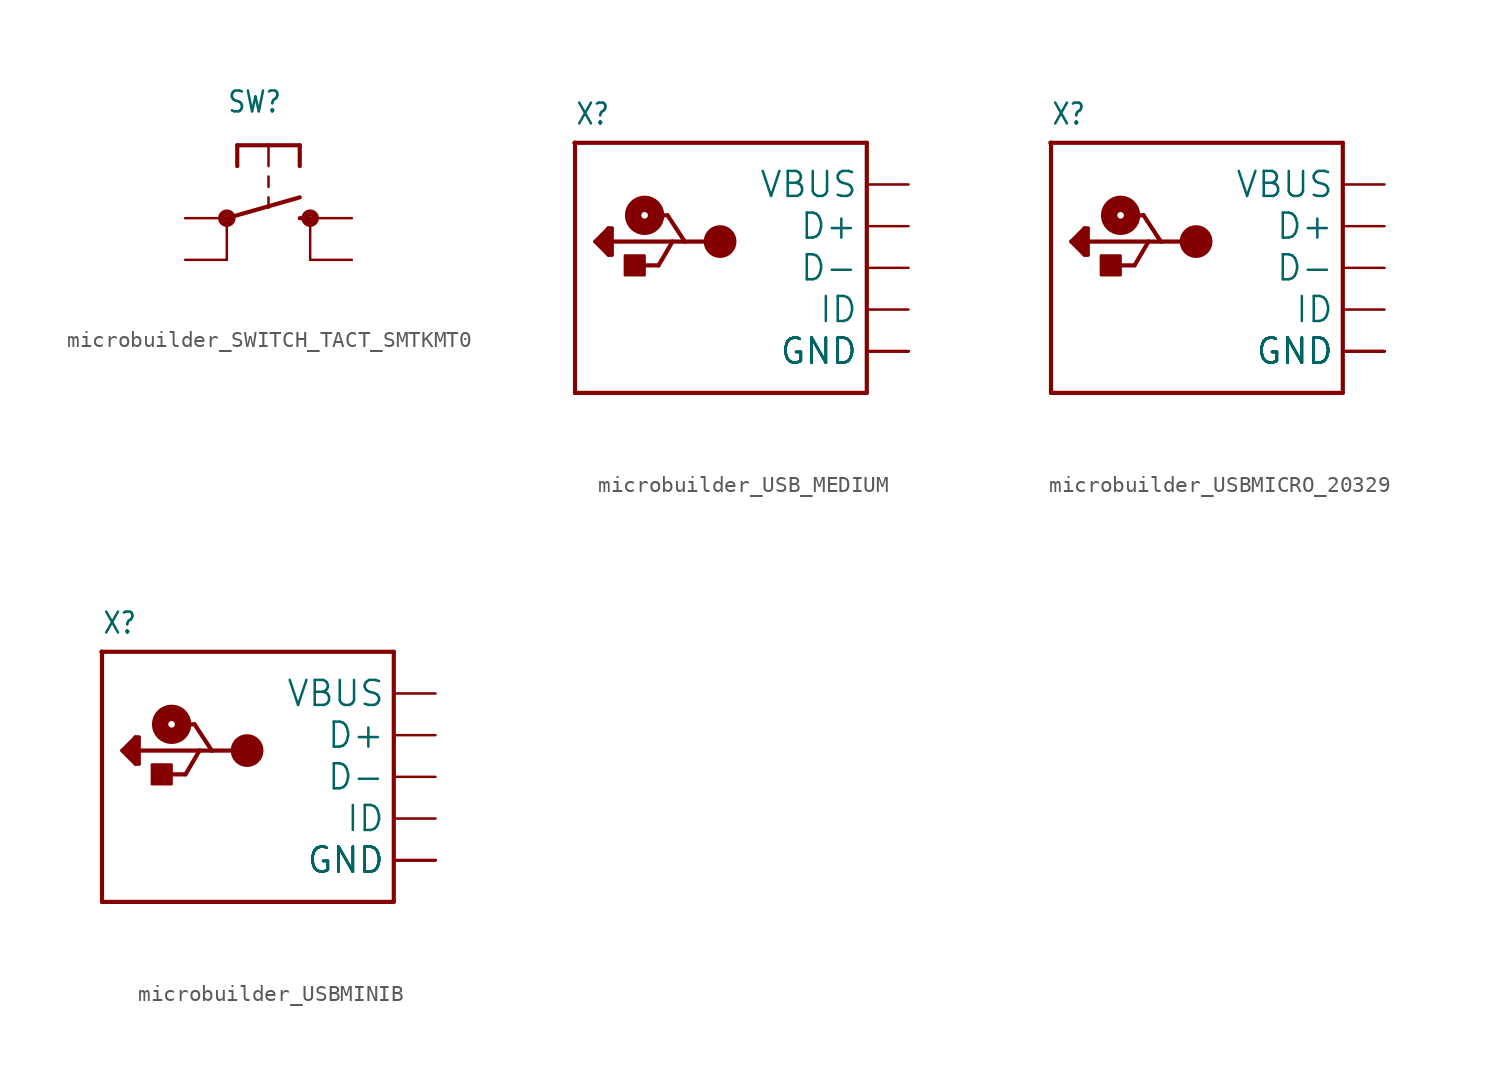
<source format=kicad_sym>
(kicad_symbol_lib
  (version 20241209)
  (generator "kicad_symbol_editor")
  (generator_version "9.0")
  (symbol "microbuilder_SWITCH_TACT_SMTKMT0"
    (property "Reference" "SW"
      (at -2.54 6.35 0)
      (effects (font (size 1.27 1.079)) (justify left bottom)))
    (property "Value" ""
      (at -2.54 -5.08 0)
      (effects (font (size 1.27 1.079)) (justify left bottom)))
    (property "ki_locked" ""
      (at 0 0 0)
      (effects (font (size 1.27 1.27))))
    (symbol "microbuilder_SWITCH_TACT_SMTKMT0_1_0"
      (circle (center -2.54 0) (radius 0.127) (stroke (width 0.406) (type solid)) (fill (type none)))
      (polyline (pts (xy -2.54 0) (xy 1.905 1.27)) (stroke (width 0.254) (type solid)) (fill (type none)))
      (polyline (pts (xy -2.54 -2.54) (xy -2.54 0)) (stroke (width 0.152) (type solid)) (fill (type none)))
      (polyline (pts (xy -1.905 4.445) (xy -1.905 3.175)) (stroke (width 0.254) (type solid)) (fill (type none)))
      (polyline (pts (xy 0 4.445) (xy -1.905 4.445)) (stroke (width 0.254) (type solid)) (fill (type none)))
      (polyline (pts (xy 0 4.445) (xy 0 3.175)) (stroke (width 0.152) (type solid)) (fill (type none)))
      (polyline (pts (xy 0 2.54) (xy 0 1.905)) (stroke (width 0.152) (type solid)) (fill (type none)))
      (polyline (pts (xy 0 1.27) (xy 0 0.635)) (stroke (width 0.152) (type solid)) (fill (type none)))
      (polyline (pts (xy 1.905 4.445) (xy 0 4.445)) (stroke (width 0.254) (type solid)) (fill (type none)))
      (polyline (pts (xy 1.905 4.445) (xy 1.905 3.175)) (stroke (width 0.254) (type solid)) (fill (type none)))
      (polyline (pts (xy 1.905 0) (xy 2.54 0)) (stroke (width 0.254) (type solid)) (fill (type none)))
      (circle (center 2.54 0) (radius 0.127) (stroke (width 0.406) (type solid)) (fill (type none)))
      (polyline (pts (xy 2.54 -2.54) (xy 2.54 0)) (stroke (width 0.152) (type solid)) (fill (type none)))
      (pin passive line (at -5.08 0 0) (length 2.54) (name "P" (effects (font (size 0 0)))) (number "A" (effects (font (size 0 0)))))
      (pin passive line (at -5.08 -2.54 0) (length 2.54) (name "P1" (effects (font (size 0 0)))) (number "A'" (effects (font (size 0 0)))))
      (pin passive line (at 5.08 0 180) (length 2.54) (name "S" (effects (font (size 0 0)))) (number "B" (effects (font (size 0 0)))))
      (pin passive line (at 5.08 -2.54 180) (length 2.54) (name "S1" (effects (font (size 0 0)))) (number "B'" (effects (font (size 0 0)))))))
  (symbol "microbuilder_USB_MEDIUM"
    (property "Reference" "X"
      (at -10.16 8.636 0)
      (effects (font (size 1.27 1.079)) (justify left bottom)))
    (property "Value" ""
      (at -10.16 -10.16 0)
      (effects (font (size 1.27 1.079)) (justify left bottom)))
    (property "ki_locked" ""
      (at 0 0 0)
      (effects (font (size 1.27 1.27))))
    (symbol "microbuilder_USB_MEDIUM_1_0"
      (polyline (pts (xy -10.2 7.62) (xy -10.16 7.62)) (stroke (width 0.254) (type solid)) (fill (type none)))
      (polyline (pts (xy -10.16 7.62) (xy -10.16 -7.62)) (stroke (width 0.254) (type solid)) (fill (type none)))
      (polyline (pts (xy -10.16 7.62) (xy 7.62 7.62)) (stroke (width 0.254) (type solid)) (fill (type none)))
      (polyline (pts (xy -10.16 -7.62) (xy 7.62 -7.62)) (stroke (width 0.254) (type solid)) (fill (type none)))
      (polyline (pts (xy -8.92 1.6) (xy -8.12 2.4)) (stroke (width 0.254) (type solid)) (fill (type none)))
      (polyline (pts (xy -8.52 1.6) (xy -8.52 1.4)) (stroke (width 0.254) (type solid)) (fill (type none)))
      (polyline (pts (xy -8.52 1.4) (xy -8.32 1.2)) (stroke (width 0.254) (type solid)) (fill (type none)))
      (polyline (pts (xy -8.32 2) (xy -8.72 1.6)) (stroke (width 0.254) (type solid)) (fill (type none)))
      (polyline (pts (xy -8.32 1.2) (xy -8.32 2)) (stroke (width 0.254) (type solid)) (fill (type none)))
      (polyline (pts (xy -8.12 2.4) (xy -7.92 2.4)) (stroke (width 0.254) (type solid)) (fill (type none)))
      (polyline (pts (xy -8.12 1) (xy -8.12 2.4)) (stroke (width 0.254) (type solid)) (fill (type none)))
      (polyline (pts (xy -8.12 0.8) (xy -8.92 1.6)) (stroke (width 0.254) (type solid)) (fill (type none)))
      (polyline (pts (xy -7.92 2.4) (xy -7.92 1.6)) (stroke (width 0.254) (type solid)) (fill (type none)))
      (polyline (pts (xy -7.92 1.6) (xy -7.92 0.8)) (stroke (width 0.254) (type solid)) (fill (type none)))
      (polyline (pts (xy -7.92 0.8) (xy -8.12 0.8)) (stroke (width 0.254) (type solid)) (fill (type none)))
      (rectangle (start -7.12 -0.45) (end -5.92 0.75) (stroke (width 0) (type default)) (fill (type outline)))
      (polyline (pts (xy -6.27 0.15) (xy -5.07 0.15)) (stroke (width 0.254) (type solid)) (fill (type none)))
      (circle (center -5.92 3.2) (radius 0.2) (stroke (width 1) (type solid)) (fill (type none)))
      (polyline (pts (xy -5.52 3.2) (xy -4.52 3.2)) (stroke (width 0.254) (type solid)) (fill (type none)))
      (polyline (pts (xy -5.07 0.15) (xy -4.22 1.6)) (stroke (width 0.254) (type solid)) (fill (type none)))
      (polyline (pts (xy -4.52 3.2) (xy -3.47 1.6)) (stroke (width 0.254) (type solid)) (fill (type none)))
      (polyline (pts (xy -4.22 1.6) (xy -7.92 1.6)) (stroke (width 0.254) (type solid)) (fill (type none)))
      (polyline (pts (xy -3.47 1.6) (xy -4.22 1.6)) (stroke (width 0.254) (type solid)) (fill (type none)))
      (circle (center -1.32 1.6) (radius 0.5) (stroke (width 1) (type solid)) (fill (type none)))
      (polyline (pts (xy -1.32 1.6) (xy -3.47 1.6)) (stroke (width 0.254) (type solid)) (fill (type none)))
      (polyline (pts (xy 7.62 7.62) (xy 7.62 -7.62)) (stroke (width 0.254) (type solid)) (fill (type none)))
      (pin power_in line (at 10.16 5.08 180) (length 2.54) (name "VBUS" (effects (font (size 1.524 1.524)))) (number "VBUS" (effects (font (size 0 0)))))
      (pin bidirectional line (at 10.16 2.54 180) (length 2.54) (name "D+" (effects (font (size 1.524 1.524)))) (number "D+" (effects (font (size 0 0)))))
      (pin bidirectional line (at 10.16 0 180) (length 2.54) (name "D-" (effects (font (size 1.524 1.524)))) (number "D-" (effects (font (size 0 0)))))
      (pin bidirectional line (at 10.16 -2.54 180) (length 2.54) (name "ID" (effects (font (size 1.524 1.524)))) (number "ID" (effects (font (size 0 0)))))
      (pin power_in line (at 10.16 -5.08 180) (length 2.54) (name "GND" (effects (font (size 1.524 1.524)))) (number "GND" (effects (font (size 0 0)))))
      (pin power_in line (at 10.16 -5.08 180) (length 2.54) (name "GND" (effects (font (size 1.524 1.524)))) (number "GND1" (effects (font (size 0 0)))))
      (pin power_in line (at 10.16 -5.08 180) (length 2.54) (name "GND" (effects (font (size 1.524 1.524)))) (number "GND2" (effects (font (size 0 0)))))
      (pin power_in line (at 10.16 -5.08 180) (length 2.54) (name "GND" (effects (font (size 1.524 1.524)))) (number "GND3" (effects (font (size 0 0)))))
      (pin power_in line (at 10.16 -5.08 180) (length 2.54) (name "GND" (effects (font (size 1.524 1.524)))) (number "GND4" (effects (font (size 0 0)))))))
  (symbol "microbuilder_USBMICRO_20329"
    (property "Reference" "X"
      (at -10.16 8.636 0)
      (effects (font (size 1.27 1.079)) (justify left bottom)))
    (property "Value" ""
      (at -10.16 -10.16 0)
      (effects (font (size 1.27 1.079)) (justify left bottom)))
    (property "ki_locked" ""
      (at 0 0 0)
      (effects (font (size 1.27 1.27))))
    (symbol "microbuilder_USBMICRO_20329_1_0"
      (polyline (pts (xy -10.2 7.62) (xy -10.16 7.62)) (stroke (width 0.254) (type solid)) (fill (type none)))
      (polyline (pts (xy -10.16 7.62) (xy -10.16 -7.62)) (stroke (width 0.254) (type solid)) (fill (type none)))
      (polyline (pts (xy -10.16 7.62) (xy 7.62 7.62)) (stroke (width 0.254) (type solid)) (fill (type none)))
      (polyline (pts (xy -10.16 -7.62) (xy 7.62 -7.62)) (stroke (width 0.254) (type solid)) (fill (type none)))
      (polyline (pts (xy -8.92 1.6) (xy -8.12 2.4)) (stroke (width 0.254) (type solid)) (fill (type none)))
      (polyline (pts (xy -8.52 1.6) (xy -8.52 1.4)) (stroke (width 0.254) (type solid)) (fill (type none)))
      (polyline (pts (xy -8.52 1.4) (xy -8.32 1.2)) (stroke (width 0.254) (type solid)) (fill (type none)))
      (polyline (pts (xy -8.32 2) (xy -8.72 1.6)) (stroke (width 0.254) (type solid)) (fill (type none)))
      (polyline (pts (xy -8.32 1.2) (xy -8.32 2)) (stroke (width 0.254) (type solid)) (fill (type none)))
      (polyline (pts (xy -8.12 2.4) (xy -7.92 2.4)) (stroke (width 0.254) (type solid)) (fill (type none)))
      (polyline (pts (xy -8.12 1) (xy -8.12 2.4)) (stroke (width 0.254) (type solid)) (fill (type none)))
      (polyline (pts (xy -8.12 0.8) (xy -8.92 1.6)) (stroke (width 0.254) (type solid)) (fill (type none)))
      (polyline (pts (xy -7.92 2.4) (xy -7.92 1.6)) (stroke (width 0.254) (type solid)) (fill (type none)))
      (polyline (pts (xy -7.92 1.6) (xy -7.92 0.8)) (stroke (width 0.254) (type solid)) (fill (type none)))
      (polyline (pts (xy -7.92 0.8) (xy -8.12 0.8)) (stroke (width 0.254) (type solid)) (fill (type none)))
      (rectangle (start -7.12 -0.45) (end -5.92 0.75) (stroke (width 0) (type default)) (fill (type outline)))
      (polyline (pts (xy -6.27 0.15) (xy -5.07 0.15)) (stroke (width 0.254) (type solid)) (fill (type none)))
      (circle (center -5.92 3.2) (radius 0.2) (stroke (width 1) (type solid)) (fill (type none)))
      (polyline (pts (xy -5.52 3.2) (xy -4.52 3.2)) (stroke (width 0.254) (type solid)) (fill (type none)))
      (polyline (pts (xy -5.07 0.15) (xy -4.22 1.6)) (stroke (width 0.254) (type solid)) (fill (type none)))
      (polyline (pts (xy -4.52 3.2) (xy -3.47 1.6)) (stroke (width 0.254) (type solid)) (fill (type none)))
      (polyline (pts (xy -4.22 1.6) (xy -7.92 1.6)) (stroke (width 0.254) (type solid)) (fill (type none)))
      (polyline (pts (xy -3.47 1.6) (xy -4.22 1.6)) (stroke (width 0.254) (type solid)) (fill (type none)))
      (circle (center -1.32 1.6) (radius 0.5) (stroke (width 1) (type solid)) (fill (type none)))
      (polyline (pts (xy -1.32 1.6) (xy -3.47 1.6)) (stroke (width 0.254) (type solid)) (fill (type none)))
      (polyline (pts (xy 7.62 7.62) (xy 7.62 -7.62)) (stroke (width 0.254) (type solid)) (fill (type none)))
      (pin power_in line (at 10.16 5.08 180) (length 2.54) (name "VBUS" (effects (font (size 1.524 1.524)))) (number "VBUS" (effects (font (size 0 0)))))
      (pin bidirectional line (at 10.16 2.54 180) (length 2.54) (name "D+" (effects (font (size 1.524 1.524)))) (number "D+" (effects (font (size 0 0)))))
      (pin bidirectional line (at 10.16 0 180) (length 2.54) (name "D-" (effects (font (size 1.524 1.524)))) (number "D-" (effects (font (size 0 0)))))
      (pin bidirectional line (at 10.16 -2.54 180) (length 2.54) (name "ID" (effects (font (size 1.524 1.524)))) (number "ID" (effects (font (size 0 0)))))
      (pin power_in line (at 10.16 -5.08 180) (length 2.54) (name "GND" (effects (font (size 1.524 1.524)))) (number "BASE@1" (effects (font (size 0 0)))))
      (pin power_in line (at 10.16 -5.08 180) (length 2.54) (name "GND" (effects (font (size 1.524 1.524)))) (number "BASE@2" (effects (font (size 0 0)))))
      (pin power_in line (at 10.16 -5.08 180) (length 2.54) (name "GND" (effects (font (size 1.524 1.524)))) (number "GND" (effects (font (size 0 0)))))
      (pin power_in line (at 10.16 -5.08 180) (length 2.54) (name "GND" (effects (font (size 1.524 1.524)))) (number "SPRT@1" (effects (font (size 0 0)))))
      (pin power_in line (at 10.16 -5.08 180) (length 2.54) (name "GND" (effects (font (size 1.524 1.524)))) (number "SPRT@2" (effects (font (size 0 0)))))
      (pin power_in line (at 10.16 -5.08 180) (length 2.54) (name "GND" (effects (font (size 1.524 1.524)))) (number "SPRT@3" (effects (font (size 0 0)))))
      (pin power_in line (at 10.16 -5.08 180) (length 2.54) (name "GND" (effects (font (size 1.524 1.524)))) (number "SPRT@4" (effects (font (size 0 0)))))))
  (symbol "microbuilder_USBMINIB"
    (property "Reference" "X"
      (at -10.16 8.636 0)
      (effects (font (size 1.27 1.079)) (justify left bottom)))
    (property "Value" ""
      (at -10.16 -10.16 0)
      (effects (font (size 1.27 1.079)) (justify left bottom)))
    (property "ki_locked" ""
      (at 0 0 0)
      (effects (font (size 1.27 1.27))))
    (symbol "microbuilder_USBMINIB_1_0"
      (polyline (pts (xy -10.2 7.62) (xy -10.16 7.62)) (stroke (width 0.254) (type solid)) (fill (type none)))
      (polyline (pts (xy -10.16 7.62) (xy -10.16 -7.62)) (stroke (width 0.254) (type solid)) (fill (type none)))
      (polyline (pts (xy -10.16 7.62) (xy 7.62 7.62)) (stroke (width 0.254) (type solid)) (fill (type none)))
      (polyline (pts (xy -10.16 -7.62) (xy 7.62 -7.62)) (stroke (width 0.254) (type solid)) (fill (type none)))
      (polyline (pts (xy -8.92 1.6) (xy -8.12 2.4)) (stroke (width 0.254) (type solid)) (fill (type none)))
      (polyline (pts (xy -8.52 1.6) (xy -8.52 1.4)) (stroke (width 0.254) (type solid)) (fill (type none)))
      (polyline (pts (xy -8.52 1.4) (xy -8.32 1.2)) (stroke (width 0.254) (type solid)) (fill (type none)))
      (polyline (pts (xy -8.32 2) (xy -8.72 1.6)) (stroke (width 0.254) (type solid)) (fill (type none)))
      (polyline (pts (xy -8.32 1.2) (xy -8.32 2)) (stroke (width 0.254) (type solid)) (fill (type none)))
      (polyline (pts (xy -8.12 2.4) (xy -7.92 2.4)) (stroke (width 0.254) (type solid)) (fill (type none)))
      (polyline (pts (xy -8.12 1) (xy -8.12 2.4)) (stroke (width 0.254) (type solid)) (fill (type none)))
      (polyline (pts (xy -8.12 0.8) (xy -8.92 1.6)) (stroke (width 0.254) (type solid)) (fill (type none)))
      (polyline (pts (xy -7.92 2.4) (xy -7.92 1.6)) (stroke (width 0.254) (type solid)) (fill (type none)))
      (polyline (pts (xy -7.92 1.6) (xy -7.92 0.8)) (stroke (width 0.254) (type solid)) (fill (type none)))
      (polyline (pts (xy -7.92 0.8) (xy -8.12 0.8)) (stroke (width 0.254) (type solid)) (fill (type none)))
      (rectangle (start -7.12 -0.45) (end -5.92 0.75) (stroke (width 0) (type default)) (fill (type outline)))
      (polyline (pts (xy -6.27 0.15) (xy -5.07 0.15)) (stroke (width 0.254) (type solid)) (fill (type none)))
      (circle (center -5.92 3.2) (radius 0.2) (stroke (width 1) (type solid)) (fill (type none)))
      (polyline (pts (xy -5.52 3.2) (xy -4.52 3.2)) (stroke (width 0.254) (type solid)) (fill (type none)))
      (polyline (pts (xy -5.07 0.15) (xy -4.22 1.6)) (stroke (width 0.254) (type solid)) (fill (type none)))
      (polyline (pts (xy -4.52 3.2) (xy -3.47 1.6)) (stroke (width 0.254) (type solid)) (fill (type none)))
      (polyline (pts (xy -4.22 1.6) (xy -7.92 1.6)) (stroke (width 0.254) (type solid)) (fill (type none)))
      (polyline (pts (xy -3.47 1.6) (xy -4.22 1.6)) (stroke (width 0.254) (type solid)) (fill (type none)))
      (circle (center -1.32 1.6) (radius 0.5) (stroke (width 1) (type solid)) (fill (type none)))
      (polyline (pts (xy -1.32 1.6) (xy -3.47 1.6)) (stroke (width 0.254) (type solid)) (fill (type none)))
      (polyline (pts (xy 7.62 7.62) (xy 7.62 -7.62)) (stroke (width 0.254) (type solid)) (fill (type none)))
      (pin power_in line (at 10.16 5.08 180) (length 2.54) (name "VBUS" (effects (font (size 1.524 1.524)))) (number "VBUS" (effects (font (size 0 0)))))
      (pin bidirectional line (at 10.16 2.54 180) (length 2.54) (name "D+" (effects (font (size 1.524 1.524)))) (number "D+" (effects (font (size 0 0)))))
      (pin bidirectional line (at 10.16 0 180) (length 2.54) (name "D-" (effects (font (size 1.524 1.524)))) (number "D-" (effects (font (size 0 0)))))
      (pin bidirectional line (at 10.16 -2.54 180) (length 2.54) (name "ID" (effects (font (size 1.524 1.524)))) (number "ID" (effects (font (size 0 0)))))
      (pin power_in line (at 10.16 -5.08 180) (length 2.54) (name "GND" (effects (font (size 1.524 1.524)))) (number "GND" (effects (font (size 0 0)))))
      (pin power_in line (at 10.16 -5.08 180) (length 2.54) (name "GND" (effects (font (size 1.524 1.524)))) (number "GND1" (effects (font (size 0 0)))))
      (pin power_in line (at 10.16 -5.08 180) (length 2.54) (name "GND" (effects (font (size 1.524 1.524)))) (number "GND2" (effects (font (size 0 0)))))
      (pin power_in line (at 10.16 -5.08 180) (length 2.54) (name "GND" (effects (font (size 1.524 1.524)))) (number "GND3" (effects (font (size 0 0)))))
      (pin power_in line (at 10.16 -5.08 180) (length 2.54) (name "GND" (effects (font (size 1.524 1.524)))) (number "GND4" (effects (font (size 0 0))))))))
</source>
